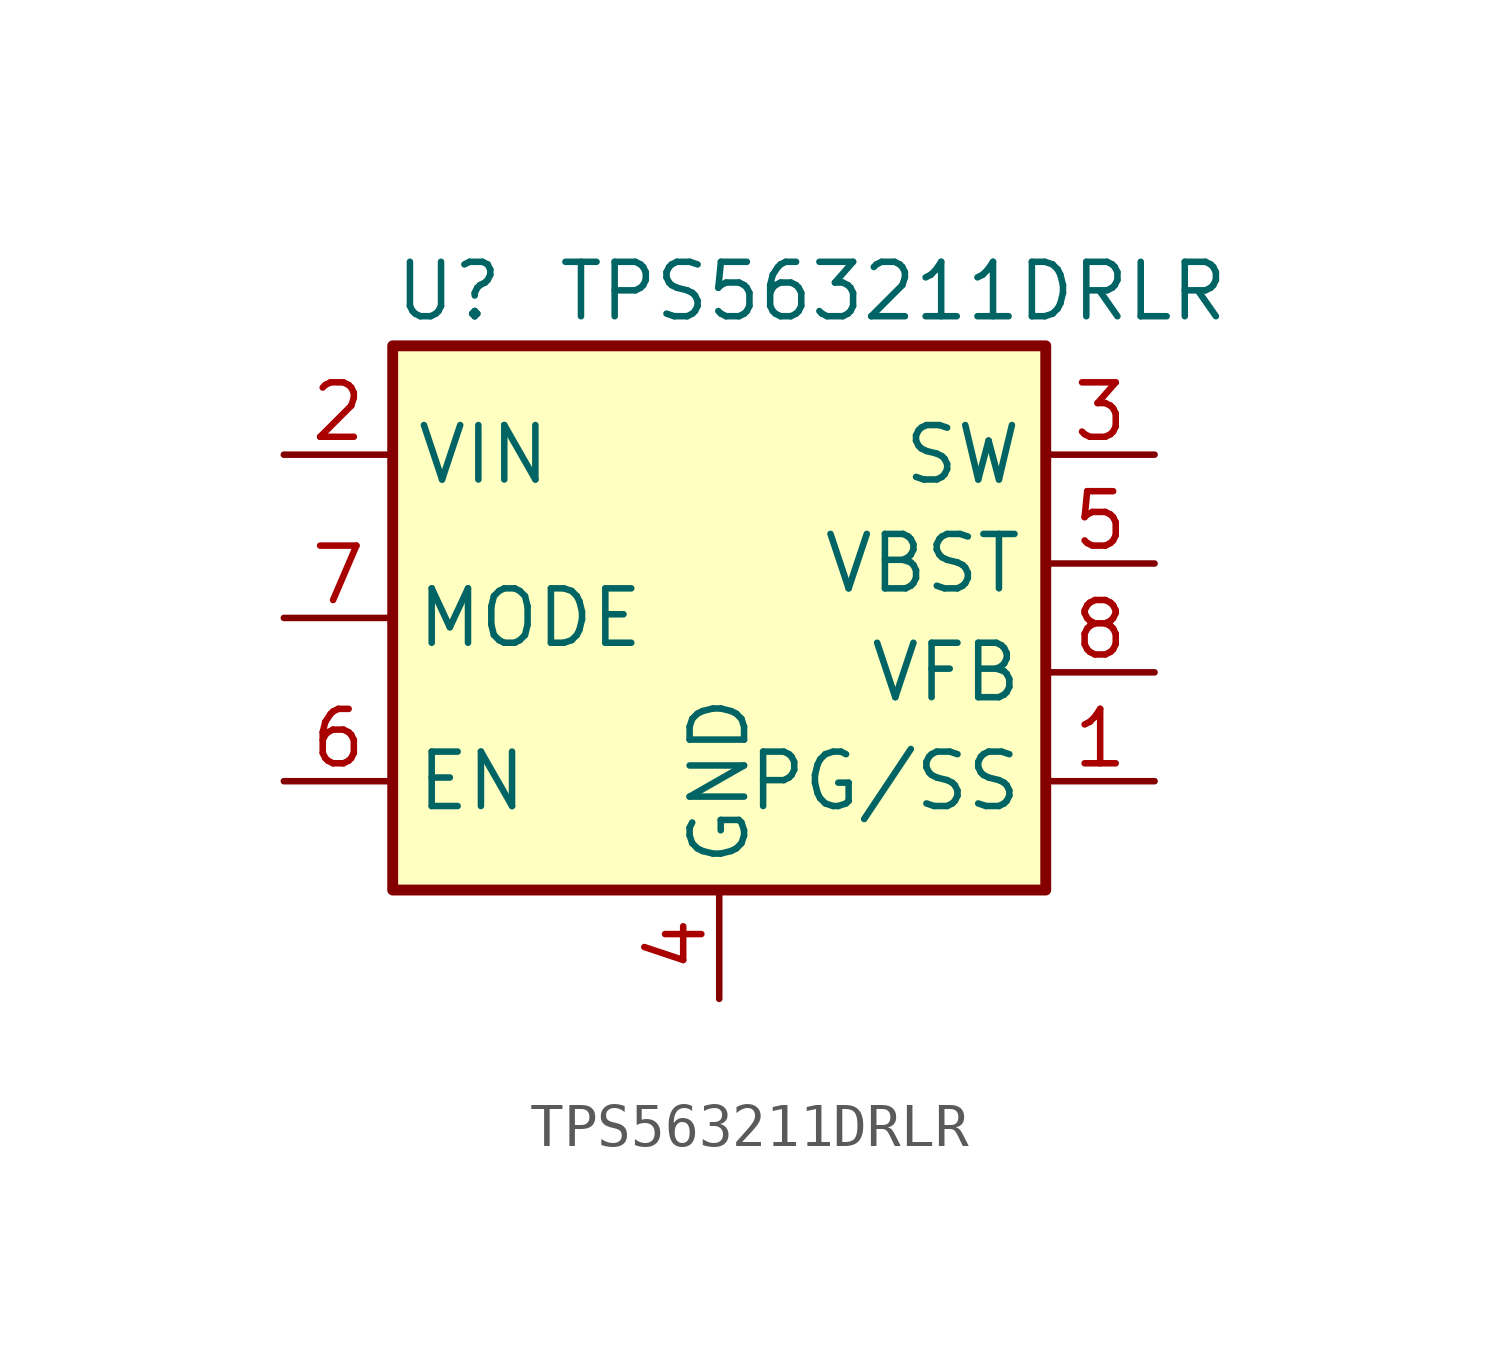
<source format=kicad_sym>
(kicad_symbol_lib
  (version 20211014)
  (generator kicad_symbol_editor)
  (symbol "TPS563211DRLR"
    (property "Reference" "U"
      (at -7.62 8.89 0)
      (effects (font (size 1.27 1.27)) (justify left)))
    (property "Value" "TPS563211DRLR"
      (at -3.81 8.89 0)
      (effects (font (size 1.27 1.27)) (justify left)))
    (symbol "TPS563211DRLR_0_1"
      (rectangle (start -7.62 7.62) (end 7.62 -5.08) (stroke (width 0.254) (type default) (color 0 0 0 0)) (fill (type background))))
    (symbol "TPS563211DRLR_1_1"
      (pin passive line (at 10.16 -2.54 180) (length 2.54) (name "PG/SS" (effects (font (size 1.27 1.27)))) (number "1" (effects (font (size 1.27 1.27)))))
      (pin power_in line (at -10.16 5.08 0) (length 2.54) (name "VIN" (effects (font (size 1.27 1.27)))) (number "2" (effects (font (size 1.27 1.27)))))
      (pin output line (at 10.16 5.08 180) (length 2.54) (name "SW" (effects (font (size 1.27 1.27)))) (number "3" (effects (font (size 1.27 1.27)))))
      (pin power_in line (at 0 -7.62 90) (length 2.54) (name "GND" (effects (font (size 1.27 1.27)))) (number "4" (effects (font (size 1.27 1.27)))))
      (pin passive line (at 10.16 2.54 180) (length 2.54) (name "VBST" (effects (font (size 1.27 1.27)))) (number "5" (effects (font (size 1.27 1.27)))))
      (pin input line (at -10.16 -2.54 0) (length 2.54) (name "EN" (effects (font (size 1.27 1.27)))) (number "6" (effects (font (size 1.27 1.27)))))
      (pin input line (at -10.16 1.27 0) (length 2.54) (name "MODE" (effects (font (size 1.27 1.27)))) (number "7" (effects (font (size 1.27 1.27)))))
      (pin input line (at 10.16 0 180) (length 2.54) (name "VFB" (effects (font (size 1.27 1.27)))) (number "8" (effects (font (size 1.27 1.27))))))))
</source>
